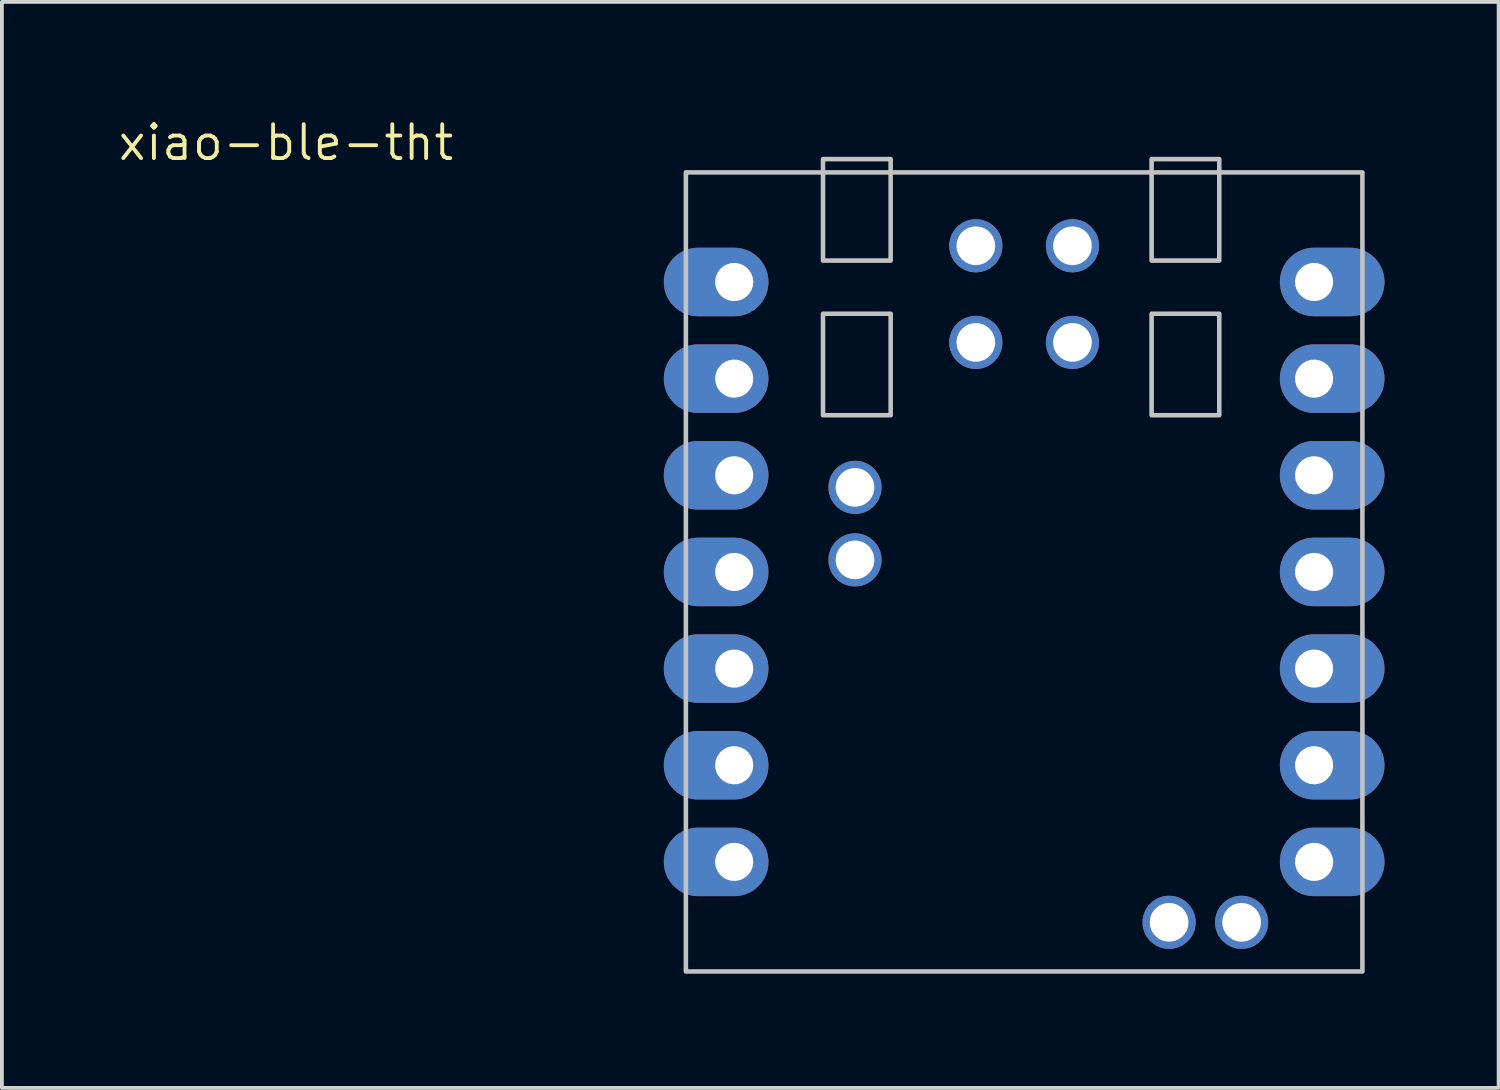
<source format=kicad_pcb>
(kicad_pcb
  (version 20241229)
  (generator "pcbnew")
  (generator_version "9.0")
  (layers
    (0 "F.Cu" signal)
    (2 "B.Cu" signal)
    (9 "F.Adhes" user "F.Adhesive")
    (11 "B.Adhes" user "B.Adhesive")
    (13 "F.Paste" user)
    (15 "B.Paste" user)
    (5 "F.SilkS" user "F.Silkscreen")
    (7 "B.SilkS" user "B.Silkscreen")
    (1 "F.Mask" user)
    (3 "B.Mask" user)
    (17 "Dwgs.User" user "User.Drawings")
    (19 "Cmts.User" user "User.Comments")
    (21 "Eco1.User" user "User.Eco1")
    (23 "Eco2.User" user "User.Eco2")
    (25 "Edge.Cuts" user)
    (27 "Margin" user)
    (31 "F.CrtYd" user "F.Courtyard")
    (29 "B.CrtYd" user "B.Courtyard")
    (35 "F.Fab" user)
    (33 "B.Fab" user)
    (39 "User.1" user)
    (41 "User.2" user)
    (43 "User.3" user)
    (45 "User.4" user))
  (footprint "xiao-ble-tht"
    (layer "F.Cu")
    (at 23.865 11.981)
    (property "Reference" "xiao-ble-tht" (at -19.399 -11.283 0) (layer "F.SilkS") (effects (font (size 0.889 0.889) (thickness 0.102))))
    (attr smd exclude_from_pos_files)
    (fp_rect (start -8.89 10.5) (end 8.89 -10.5) (stroke (width 0.12) (type solid)) (fill no) (layer "Dwgs.User"))
    (fp_rect (start -5.286 -6.786) (end -3.508 -4.119) (stroke (width 0.12) (type solid)) (fill no) (layer "Dwgs.User"))
    (fp_rect (start -3.508 -8.183) (end -5.286 -10.85) (stroke (width 0.12) (type solid)) (fill no) (layer "Dwgs.User"))
    (fp_rect (start 3.35 -10.85) (end 5.128 -8.183) (stroke (width 0.12) (type solid)) (fill no) (layer "Dwgs.User"))
    (fp_rect (start 3.35 -6.786) (end 5.128 -4.119) (stroke (width 0.12) (type solid)) (fill no) (layer "Dwgs.User"))
    (pad "1" thru_hole oval (at -7.62 -7.62) (size 2.75 1.8) (drill 1 (offset -0.475 0)) (layers "*.Cu" "*.Mask"))
    (pad "2" thru_hole oval (at -7.62 -5.08) (size 2.75 1.8) (drill 1 (offset -0.475 0)) (layers "*.Cu" "*.Mask"))
    (pad "3" thru_hole oval (at -7.62 -2.54) (size 2.75 1.8) (drill 1 (offset -0.475 0)) (layers "*.Cu" "*.Mask"))
    (pad "4" thru_hole oval (at -7.62 0) (size 2.75 1.8) (drill 1 (offset -0.475 0)) (layers "*.Cu" "*.Mask"))
    (pad "5" thru_hole oval (at -7.62 2.54) (size 2.75 1.8) (drill 1 (offset -0.475 0)) (layers "*.Cu" "*.Mask"))
    (pad "6" thru_hole oval (at -7.62 5.08) (size 2.75 1.8) (drill 1 (offset -0.475 0)) (layers "*.Cu" "*.Mask"))
    (pad "7" thru_hole oval (at -7.62 7.62) (size 2.75 1.8) (drill 1 (offset -0.475 0)) (layers "*.Cu" "*.Mask"))
    (pad "8" thru_hole oval (at 7.62 7.62 180) (size 2.75 1.8) (drill 1 (offset -0.475 0)) (layers "*.Cu" "*.Mask"))
    (pad "9" thru_hole oval (at 7.62 5.08 180) (size 2.75 1.8) (drill 1 (offset -0.475 0)) (layers "*.Cu" "*.Mask"))
    (pad "10" thru_hole oval (at 7.62 2.54 180) (size 2.75 1.8) (drill 1 (offset -0.475 0)) (layers "*.Cu" "*.Mask"))
    (pad "11" thru_hole oval (at 7.62 0 180) (size 2.75 1.8) (drill 1 (offset -0.475 0)) (layers "*.Cu" "*.Mask"))
    (pad "12" thru_hole oval (at 7.62 -2.54 180) (size 2.75 1.8) (drill 1 (offset -0.475 0)) (layers "*.Cu" "*.Mask"))
    (pad "13" thru_hole oval (at 7.62 -5.08 180) (size 2.75 1.8) (drill 1 (offset -0.475 0)) (layers "*.Cu" "*.Mask"))
    (pad "14" thru_hole oval (at 7.62 -7.62 180) (size 2.75 1.8) (drill 1 (offset -0.475 0)) (layers "*.Cu" "*.Mask"))
    (pad "15" thru_hole circle (at -1.27 -8.572 90) (size 1.397 1.397) (drill 1.016) (layers "*.Cu" "*.Mask"))
    (pad "16" thru_hole circle (at 1.27 -8.572 90) (size 1.397 1.397) (drill 1.016) (layers "*.Cu" "*.Mask"))
    (pad "17" thru_hole circle (at -1.27 -6.032 90) (size 1.397 1.397) (drill 1.016) (layers "*.Cu" "*.Mask"))
    (pad "18" thru_hole circle (at 1.27 -6.032 90) (size 1.397 1.397) (drill 1.016) (layers "*.Cu" "*.Mask"))
    (pad "19" thru_hole circle (at -4.445 -0.317 180) (size 1.397 1.397) (drill 1.016) (layers "*.Cu" "*.Mask"))
    (pad "20" thru_hole circle (at -4.445 -2.222 180) (size 1.397 1.397) (drill 1.016) (layers "*.Cu" "*.Mask"))
    (pad "21" thru_hole circle (at 3.81 9.208 180) (size 1.397 1.397) (drill 1.016) (layers "*.Cu" "*.Mask"))
    (pad "22" thru_hole circle (at 5.715 9.208 180) (size 1.397 1.397) (drill 1.016) (layers "*.Cu" "*.Mask")))
  (gr_rect
    (start -3 -3)
    (end 36.335 25.541)
    (stroke (width 0.1) (type default))
    (fill no)
    (layer "Edge.Cuts")))
</source>
